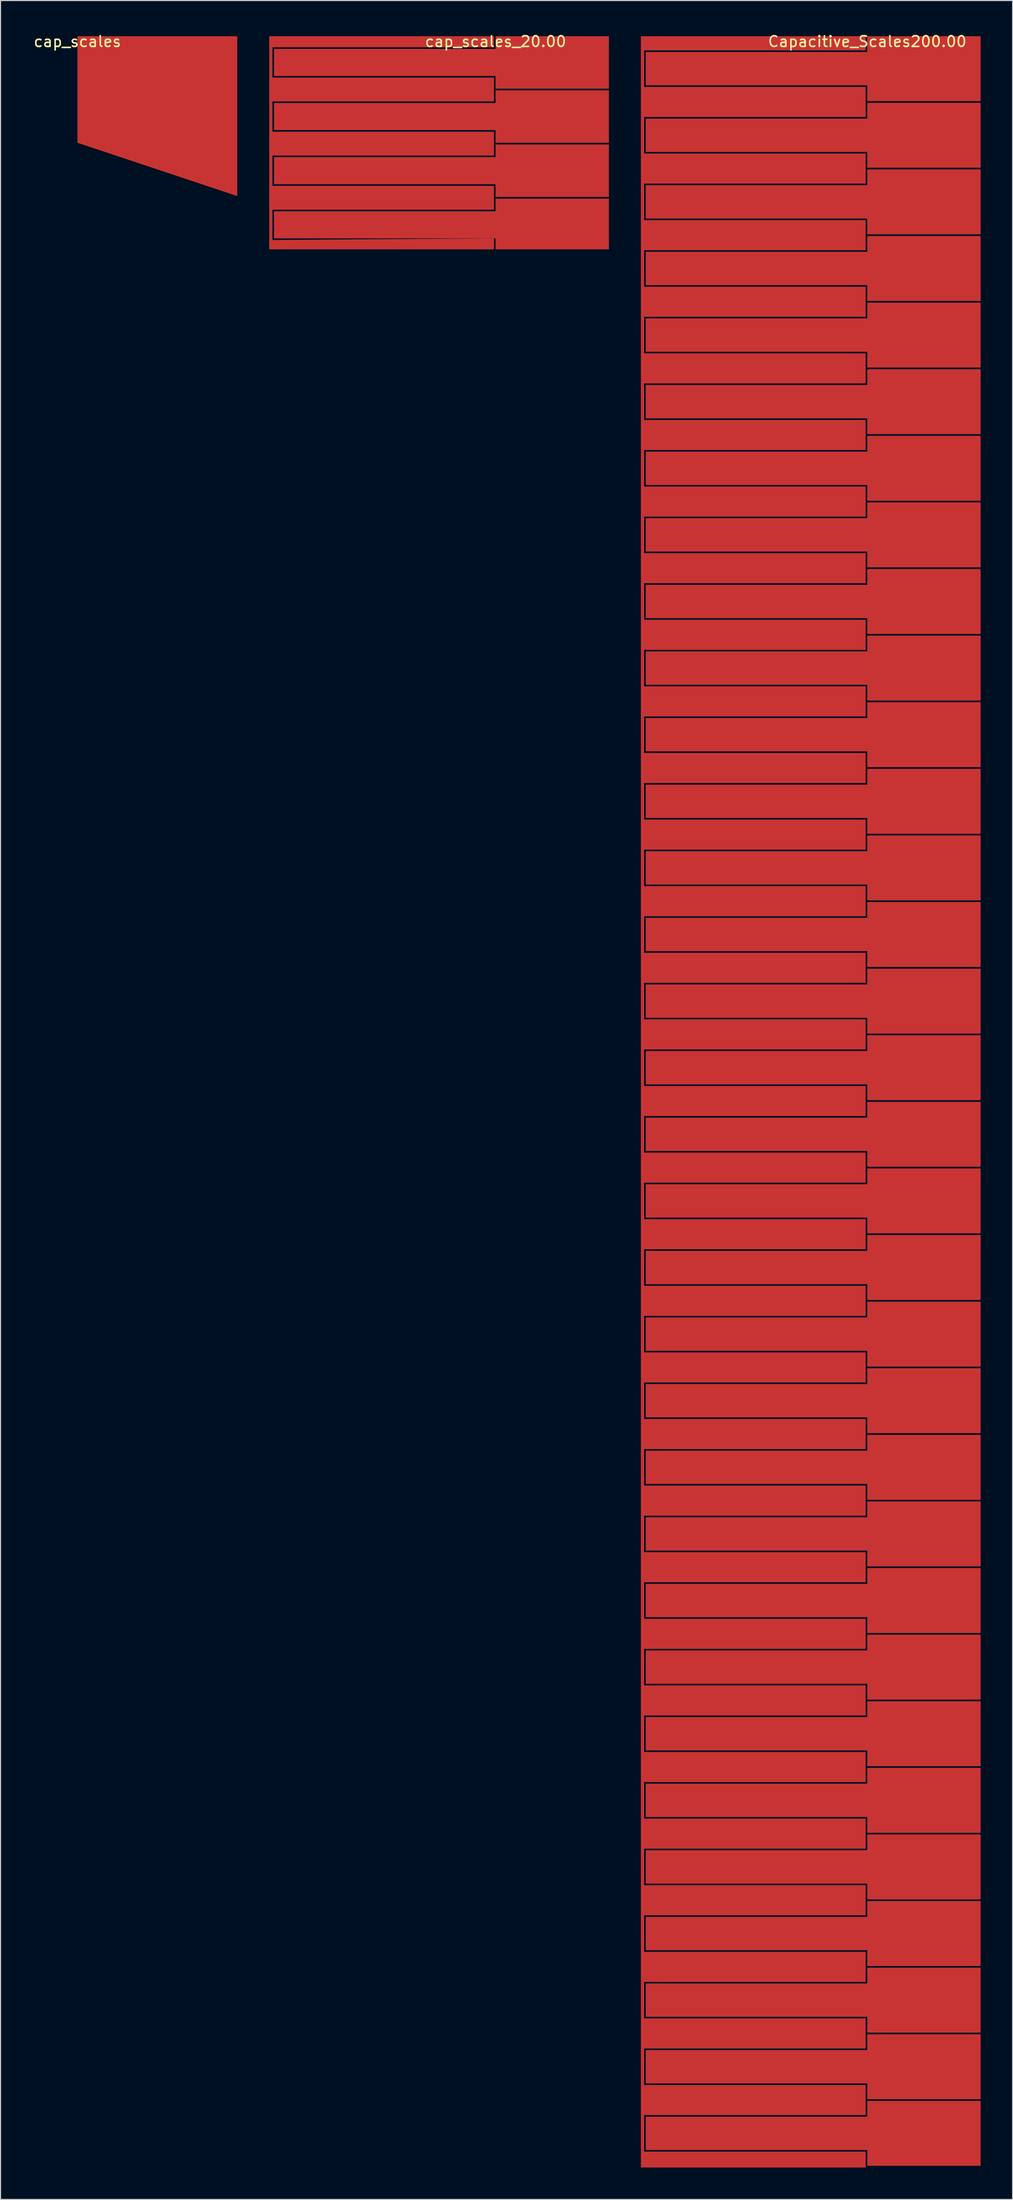
<source format=kicad_pcb>
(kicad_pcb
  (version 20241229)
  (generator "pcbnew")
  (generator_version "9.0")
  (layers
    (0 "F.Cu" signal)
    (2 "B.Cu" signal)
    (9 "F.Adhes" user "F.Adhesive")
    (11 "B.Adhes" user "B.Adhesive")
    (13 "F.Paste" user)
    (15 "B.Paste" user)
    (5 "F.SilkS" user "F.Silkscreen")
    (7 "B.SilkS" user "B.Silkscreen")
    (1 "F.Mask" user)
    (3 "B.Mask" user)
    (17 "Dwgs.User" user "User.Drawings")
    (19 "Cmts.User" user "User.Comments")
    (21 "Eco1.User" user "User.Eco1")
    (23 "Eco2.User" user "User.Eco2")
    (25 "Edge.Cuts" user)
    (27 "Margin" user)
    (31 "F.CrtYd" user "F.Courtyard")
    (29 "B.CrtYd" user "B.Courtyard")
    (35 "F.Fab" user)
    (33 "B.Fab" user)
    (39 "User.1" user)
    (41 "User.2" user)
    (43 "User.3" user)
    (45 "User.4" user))
  (footprint "cap_scales"
    (layer "F.Cu")
    (at 4.22 0.348)
    (property "Reference" "cap_scales" (at 0 0.5 0) (layer "F.SilkS") (effects (font (size 1 1) (thickness 0.15))))
    (attr through_hole)
    (fp_poly (pts (xy 0 0) (xy 0 10) (xy 15 15) (xy 15 0)) (stroke (width 0.001) (type solid)) (fill yes) (layer "F.Cu")))
  (footprint "Capacitive_Scales200.00"
    (layer "F.Cu")
    (at 78.367 0.348)
    (property "Reference" "Capacitive_Scales200.00" (at 0 0.5 0) (layer "F.SilkS") (effects (font (size 1 1) (thickness 0.15))))
    (attr through_hole)
    (fp_poly (pts (xy 0 0) (xy 0 1.482) (xy -20.8 1.482) (xy -20.8 4.607) (xy 0 4.607) (xy 0 6.09) (xy 10.64 6.09) (xy 10.64 0)) (stroke (width 0.001) (type solid)) (fill yes) (layer "F.Cu"))
    (fp_poly (pts (xy 0 6.25) (xy 0 7.732) (xy -20.8 7.732) (xy -20.8 10.857) (xy 0 10.857) (xy 0 12.34) (xy 10.64 12.34) (xy 10.64 6.25)) (stroke (width 0.001) (type solid)) (fill yes) (layer "F.Cu"))
    (fp_poly (pts (xy 0 12.5) (xy 0 13.982) (xy -20.8 13.982) (xy -20.8 17.108) (xy 0 17.108) (xy 0 18.59) (xy 10.64 18.59) (xy 10.64 12.5)) (stroke (width 0.001) (type solid)) (fill yes) (layer "F.Cu"))
    (fp_poly (pts (xy 0 18.75) (xy 0 20.233) (xy -20.8 20.233) (xy -20.8 23.358) (xy 0 23.358) (xy 0 24.84) (xy 10.64 24.84) (xy 10.64 18.75)) (stroke (width 0.001) (type solid)) (fill yes) (layer "F.Cu"))
    (fp_poly (pts (xy 0 25) (xy 0 26.483) (xy -20.8 26.483) (xy -20.8 29.608) (xy 0 29.608) (xy 0 31.09) (xy 10.64 31.09) (xy 10.64 25)) (stroke (width 0.001) (type solid)) (fill yes) (layer "F.Cu"))
    (fp_poly (pts (xy 0 31.25) (xy 0 32.733) (xy -20.8 32.733) (xy -20.8 35.858) (xy 0 35.858) (xy 0 37.34) (xy 10.64 37.34) (xy 10.64 31.25)) (stroke (width 0.001) (type solid)) (fill yes) (layer "F.Cu"))
    (fp_poly (pts (xy 0 37.5) (xy 0 38.983) (xy -20.8 38.983) (xy -20.8 42.108) (xy 0 42.108) (xy 0 43.59) (xy 10.64 43.59) (xy 10.64 37.5)) (stroke (width 0.001) (type solid)) (fill yes) (layer "F.Cu"))
    (fp_poly (pts (xy 0 43.75) (xy 0 45.233) (xy -20.8 45.233) (xy -20.8 48.358) (xy 0 48.358) (xy 0 49.84) (xy 10.64 49.84) (xy 10.64 43.75)) (stroke (width 0.001) (type solid)) (fill yes) (layer "F.Cu"))
    (fp_poly (pts (xy 0 50) (xy 0 51.483) (xy -20.8 51.483) (xy -20.8 54.608) (xy 0 54.608) (xy 0 56.09) (xy 10.64 56.09) (xy 10.64 50)) (stroke (width 0.001) (type solid)) (fill yes) (layer "F.Cu"))
    (fp_poly (pts (xy 0 56.25) (xy 0 57.733) (xy -20.8 57.733) (xy -20.8 60.858) (xy 0 60.858) (xy 0 62.34) (xy 10.64 62.34) (xy 10.64 56.25)) (stroke (width 0.001) (type solid)) (fill yes) (layer "F.Cu"))
    (fp_poly (pts (xy 0 62.5) (xy 0 63.983) (xy -20.8 63.983) (xy -20.8 67.108) (xy 0 67.108) (xy 0 68.59) (xy 10.64 68.59) (xy 10.64 62.5)) (stroke (width 0.001) (type solid)) (fill yes) (layer "F.Cu"))
    (fp_poly (pts (xy 0 68.75) (xy 0 70.233) (xy -20.8 70.233) (xy -20.8 73.358) (xy 0 73.358) (xy 0 74.84) (xy 10.64 74.84) (xy 10.64 68.75)) (stroke (width 0.001) (type solid)) (fill yes) (layer "F.Cu"))
    (fp_poly (pts (xy 0 75) (xy 0 76.483) (xy -20.8 76.483) (xy -20.8 79.608) (xy 0 79.608) (xy 0 81.09) (xy 10.64 81.09) (xy 10.64 75)) (stroke (width 0.001) (type solid)) (fill yes) (layer "F.Cu"))
    (fp_poly (pts (xy 0 81.25) (xy 0 82.733) (xy -20.8 82.733) (xy -20.8 85.858) (xy 0 85.858) (xy 0 87.34) (xy 10.64 87.34) (xy 10.64 81.25)) (stroke (width 0.001) (type solid)) (fill yes) (layer "F.Cu"))
    (fp_poly (pts (xy 0 87.5) (xy 0 88.983) (xy -20.8 88.983) (xy -20.8 92.108) (xy 0 92.108) (xy 0 93.59) (xy 10.64 93.59) (xy 10.64 87.5)) (stroke (width 0.001) (type solid)) (fill yes) (layer "F.Cu"))
    (fp_poly (pts (xy 0 93.75) (xy 0 95.233) (xy -20.8 95.233) (xy -20.8 98.358) (xy 0 98.358) (xy 0 99.84) (xy 10.64 99.84) (xy 10.64 93.75)) (stroke (width 0.001) (type solid)) (fill yes) (layer "F.Cu"))
    (fp_poly (pts (xy 0 100) (xy 0 101.483) (xy -20.8 101.483) (xy -20.8 104.608) (xy 0 104.608) (xy 0 106.09) (xy 10.64 106.09) (xy 10.64 100)) (stroke (width 0.001) (type solid)) (fill yes) (layer "F.Cu"))
    (fp_poly (pts (xy 0 106.25) (xy 0 107.733) (xy -20.8 107.733) (xy -20.8 110.858) (xy 0 110.858) (xy 0 112.34) (xy 10.64 112.34) (xy 10.64 106.25)) (stroke (width 0.001) (type solid)) (fill yes) (layer "F.Cu"))
    (fp_poly (pts (xy 0 112.5) (xy 0 113.983) (xy -20.8 113.983) (xy -20.8 117.108) (xy 0 117.108) (xy 0 118.59) (xy 10.64 118.59) (xy 10.64 112.5)) (stroke (width 0.001) (type solid)) (fill yes) (layer "F.Cu"))
    (fp_poly (pts (xy 0 118.75) (xy 0 120.233) (xy -20.8 120.233) (xy -20.8 123.358) (xy 0 123.358) (xy 0 124.84) (xy 10.64 124.84) (xy 10.64 118.75)) (stroke (width 0.001) (type solid)) (fill yes) (layer "F.Cu"))
    (fp_poly (pts (xy 0 125) (xy 0 126.483) (xy -20.8 126.483) (xy -20.8 129.607) (xy 0 129.607) (xy 0 131.09) (xy 10.64 131.09) (xy 10.64 125)) (stroke (width 0.001) (type solid)) (fill yes) (layer "F.Cu"))
    (fp_poly (pts (xy 0 131.25) (xy 0 132.732) (xy -20.8 132.732) (xy -20.8 135.857) (xy 0 135.857) (xy 0 137.34) (xy 10.64 137.34) (xy 10.64 131.25)) (stroke (width 0.001) (type solid)) (fill yes) (layer "F.Cu"))
    (fp_poly (pts (xy 0 137.5) (xy 0 138.982) (xy -20.8 138.982) (xy -20.8 142.107) (xy 0 142.107) (xy 0 143.59) (xy 10.64 143.59) (xy 10.64 137.5)) (stroke (width 0.001) (type solid)) (fill yes) (layer "F.Cu"))
    (fp_poly (pts (xy 0 143.75) (xy 0 145.232) (xy -20.8 145.232) (xy -20.8 148.357) (xy 0 148.357) (xy 0 149.84) (xy 10.64 149.84) (xy 10.64 143.75)) (stroke (width 0.001) (type solid)) (fill yes) (layer "F.Cu"))
    (fp_poly (pts (xy 0 150) (xy 0 151.482) (xy -20.8 151.482) (xy -20.8 154.607) (xy 0 154.607) (xy 0 156.09) (xy 10.64 156.09) (xy 10.64 150)) (stroke (width 0.001) (type solid)) (fill yes) (layer "F.Cu"))
    (fp_poly (pts (xy 0 156.25) (xy 0 157.732) (xy -20.8 157.732) (xy -20.8 160.857) (xy 0 160.857) (xy 0 162.34) (xy 10.64 162.34) (xy 10.64 156.25)) (stroke (width 0.001) (type solid)) (fill yes) (layer "F.Cu"))
    (fp_poly (pts (xy 0 162.5) (xy 0 163.982) (xy -20.8 163.982) (xy -20.8 167.107) (xy 0 167.107) (xy 0 168.59) (xy 10.64 168.59) (xy 10.64 162.5)) (stroke (width 0.001) (type solid)) (fill yes) (layer "F.Cu"))
    (fp_poly (pts (xy 0 168.75) (xy 0 170.232) (xy -20.8 170.232) (xy -20.8 173.357) (xy 0 173.357) (xy 0 174.84) (xy 10.64 174.84) (xy 10.64 168.75)) (stroke (width 0.001) (type solid)) (fill yes) (layer "F.Cu"))
    (fp_poly (pts (xy 0 175) (xy 0 176.482) (xy -20.8 176.482) (xy -20.8 179.607) (xy 0 179.607) (xy 0 181.09) (xy 10.64 181.09) (xy 10.64 175)) (stroke (width 0.001) (type solid)) (fill yes) (layer "F.Cu"))
    (fp_poly (pts (xy 0 181.25) (xy 0 182.732) (xy -20.8 182.732) (xy -20.8 185.857) (xy 0 185.857) (xy 0 187.34) (xy 10.64 187.34) (xy 10.64 181.25)) (stroke (width 0.001) (type solid)) (fill yes) (layer "F.Cu"))
    (fp_poly (pts (xy 0 187.5) (xy 0 188.982) (xy -20.8 188.982) (xy -20.8 192.107) (xy 0 192.107) (xy 0 193.59) (xy 10.64 193.59) (xy 10.64 187.5)) (stroke (width 0.001) (type solid)) (fill yes) (layer "F.Cu"))
    (fp_poly (pts (xy 0 193.75) (xy 0 195.232) (xy -20.8 195.232) (xy -20.8 198.357) (xy 0 198.357) (xy 0 199.84) (xy 10.64 199.84) (xy 10.64 193.75)) (stroke (width 0.001) (type solid)) (fill yes) (layer "F.Cu"))
    (fp_poly (pts (xy -0.152 0) (xy -0.152 1.33) (xy -20.952 1.33) (xy -20.952 4.76) (xy -0.152 4.76) (xy -0.152 6.09) (xy -0.152 6.25) (xy -0.152 7.58) (xy -20.952 7.58) (xy -20.952 11.01) (xy -0.152 11.01) (xy -0.152 12.34) (xy -0.152 12.5) (xy -0.152 13.83) (xy -20.952 13.83) (xy -20.952 17.26) (xy -0.152 17.26) (xy -0.152 18.59) (xy -0.152 18.75) (xy -0.152 20.08) (xy -20.952 20.08) (xy -20.952 23.51) (xy -0.152 23.51) (xy -0.152 24.84) (xy -0.152 25) (xy -0.152 26.33) (xy -20.952 26.33) (xy -20.952 29.76) (xy -0.152 29.76) (xy -0.152 31.09) (xy -0.152 31.25) (xy -0.152 32.58) (xy -20.952 32.58) (xy -20.952 36.01) (xy -0.152 36.01) (xy -0.152 37.34) (xy -0.152 37.5) (xy -0.152 38.83) (xy -20.952 38.83) (xy -20.952 42.26) (xy -0.152 42.26) (xy -0.152 43.59) (xy -0.152 43.75) (xy -0.152 45.08) (xy -20.952 45.08) (xy -20.952 48.51) (xy -0.152 48.51) (xy -0.152 49.84) (xy -0.152 50) (xy -0.152 51.33) (xy -20.952 51.33) (xy -20.952 54.76) (xy -0.152 54.76) (xy -0.152 56.09) (xy -0.152 56.25) (xy -0.152 57.58) (xy -20.952 57.58) (xy -20.952 61.01) (xy -0.152 61.01) (xy -0.152 62.34) (xy -0.152 62.5) (xy -0.152 63.83) (xy -20.952 63.83) (xy -20.952 67.26) (xy -0.152 67.26) (xy -0.152 68.59) (xy -0.152 68.75) (xy -0.152 70.08) (xy -20.952 70.08) (xy -20.952 73.51) (xy -0.152 73.51) (xy -0.152 74.84) (xy -0.152 75) (xy -0.152 76.33) (xy -20.952 76.33) (xy -20.952 79.76) (xy -0.152 79.76) (xy -0.152 81.09) (xy -0.152 81.25) (xy -0.152 82.58) (xy -20.952 82.58) (xy -20.952 86.01) (xy -0.152 86.01) (xy -0.152 87.34) (xy -0.152 87.5) (xy -0.152 88.83) (xy -20.952 88.83) (xy -20.952 92.26) (xy -0.152 92.26) (xy -0.152 93.59) (xy -0.152 93.75) (xy -0.152 95.08) (xy -20.952 95.08) (xy -20.952 98.51) (xy -0.152 98.51) (xy -0.152 99.84) (xy -0.152 100) (xy -0.152 101.33) (xy -20.952 101.33) (xy -20.952 104.76) (xy -0.152 104.76) (xy -0.152 106.09) (xy -0.152 106.25) (xy -0.152 107.58) (xy -20.952 107.58) (xy -20.952 111.01) (xy -0.152 111.01) (xy -0.152 112.34) (xy -0.152 112.5) (xy -0.152 113.83) (xy -20.952 113.83) (xy -20.952 117.26) (xy -0.152 117.26) (xy -0.152 118.59) (xy -0.152 118.75) (xy -0.152 120.08) (xy -20.952 120.08) (xy -20.952 123.51) (xy -0.152 123.51) (xy -0.152 124.84) (xy -0.152 125) (xy -0.152 126.33) (xy -20.952 126.33) (xy -20.952 129.76) (xy -0.152 129.76) (xy -0.152 131.09) (xy -0.152 131.25) (xy -0.152 132.58) (xy -20.952 132.58) (xy -20.952 136.01) (xy -0.152 136.01) (xy -0.152 137.34) (xy -0.152 137.5) (xy -0.152 138.83) (xy -20.952 138.83) (xy -20.952 142.26) (xy -0.152 142.26) (xy -0.152 143.59) (xy -0.152 143.75) (xy -0.152 145.08) (xy -20.952 145.08) (xy -20.952 148.51) (xy -0.152 148.51) (xy -0.152 149.84) (xy -0.152 150) (xy -0.152 151.33) (xy -20.952 151.33) (xy -20.952 154.76) (xy -0.152 154.76) (xy -0.152 156.09) (xy -0.152 156.25) (xy -0.152 157.58) (xy -20.952 157.58) (xy -20.952 161.01) (xy -0.152 161.01) (xy -0.152 162.34) (xy -0.152 162.5) (xy -0.152 163.83) (xy -20.952 163.83) (xy -20.952 167.26) (xy -0.152 167.26) (xy -0.152 168.59) (xy -0.152 168.75) (xy -0.152 170.08) (xy -20.952 170.08) (xy -20.952 173.51) (xy -0.152 173.51) (xy -0.152 174.84) (xy -0.152 175) (xy -0.152 176.33) (xy -20.952 176.33) (xy -20.952 179.76) (xy -0.152 179.76) (xy -0.152 181.09) (xy -0.152 181.25) (xy -0.152 182.58) (xy -20.952 182.58) (xy -20.952 186.01) (xy -0.152 186.01) (xy -0.152 187.34) (xy -0.152 187.5) (xy -0.152 188.83) (xy -20.952 188.83) (xy -20.952 192.26) (xy -0.152 192.26) (xy -0.152 193.59) (xy -0.152 193.75) (xy -0.152 195.08) (xy -20.952 195.08) (xy -20.952 198.51) (xy -0.152 198.51) (xy -0.152 199.84) (xy -0.152 200) (xy -21.252 200) (xy -21.252 0)) (stroke (width 0.001) (type solid)) (fill yes) (layer "F.Cu")))
  (footprint "cap_scales_20.00"
    (layer "F.Cu")
    (at 43.474 0.348)
    (property "Reference" "cap_scales_20.00" (at 0 0.5 0) (layer "F.SilkS") (effects (font (size 1 1) (thickness 0.15))))
    (attr through_hole)
    (fp_poly (pts (xy 0 0) (xy 0 1.19) (xy -20.8 1.19) (xy -20.8 3.73) (xy 0 3.73) (xy 0 4.92) (xy 10.64 4.92) (xy 10.64 0)) (stroke (width 0.001) (type solid)) (fill yes) (layer "F.Cu"))
    (fp_poly (pts (xy 0 5.08) (xy 0 6.27) (xy -20.8 6.27) (xy -20.8 8.81) (xy 0 8.81) (xy 0 10) (xy 10.64 10) (xy 10.64 5.08)) (stroke (width 0.001) (type solid)) (fill yes) (layer "F.Cu"))
    (fp_poly (pts (xy 0 10.16) (xy 0 11.35) (xy -20.8 11.35) (xy -20.8 13.89) (xy 0 13.89) (xy 0 15.08) (xy 10.64 15.08) (xy 10.64 10.16)) (stroke (width 0.001) (type solid)) (fill yes) (layer "F.Cu"))
    (fp_poly (pts (xy 0 15.24) (xy 0 16.43) (xy -20.8 16.43) (xy -20.8 18.97) (xy 0 18.97) (xy 0 20) (xy 10.64 20) (xy 10.64 15.24)) (stroke (width 0.001) (type solid)) (fill yes) (layer "F.Cu"))
    (fp_poly (pts (xy -0.152 0) (xy -0.152 1.038) (xy -20.952 1.038) (xy -20.952 3.882) (xy -0.152 3.882) (xy -0.152 4.92) (xy -0.152 5.08) (xy -0.152 6.118) (xy -20.952 6.118) (xy -20.952 8.962) (xy -0.152 8.962) (xy -0.152 10) (xy -0.152 10.16) (xy -0.152 11.198) (xy -20.952 11.198) (xy -20.952 14.042) (xy -0.152 14.042) (xy -0.152 15.08) (xy -0.152 15.24) (xy -0.152 16.278) (xy -20.952 16.278) (xy -20.952 19.122) (xy -0.152 18.97) (xy -0.152 20) (xy -21.252 20) (xy -21.252 0)) (stroke (width 0.001) (type solid)) (fill yes) (layer "F.Cu")))
  (gr_rect
    (start -3 -3)
    (end 92.008 203.349)
    (stroke (width 0.1) (type default))
    (fill no)
    (layer "Edge.Cuts")))
</source>
